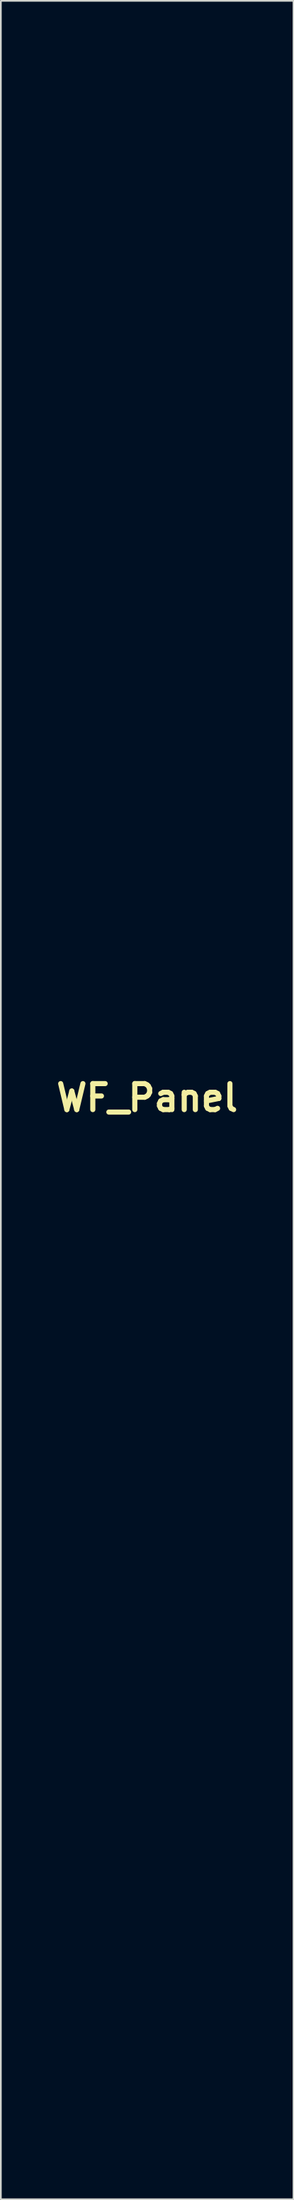
<source format=kicad_pcb>
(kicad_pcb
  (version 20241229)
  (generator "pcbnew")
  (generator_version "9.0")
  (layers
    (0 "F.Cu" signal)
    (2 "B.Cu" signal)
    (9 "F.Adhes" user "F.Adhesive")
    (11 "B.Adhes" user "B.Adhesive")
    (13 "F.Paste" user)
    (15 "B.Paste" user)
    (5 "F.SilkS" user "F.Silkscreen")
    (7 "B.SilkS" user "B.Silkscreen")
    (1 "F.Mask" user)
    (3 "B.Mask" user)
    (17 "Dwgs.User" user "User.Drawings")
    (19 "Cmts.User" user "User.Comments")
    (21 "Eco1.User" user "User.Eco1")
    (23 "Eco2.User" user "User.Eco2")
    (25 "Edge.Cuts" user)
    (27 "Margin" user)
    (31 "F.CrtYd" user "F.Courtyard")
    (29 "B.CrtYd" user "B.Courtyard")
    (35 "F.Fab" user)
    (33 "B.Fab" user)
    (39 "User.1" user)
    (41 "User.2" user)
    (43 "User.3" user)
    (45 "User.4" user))
  (footprint "WF_Panel"
    (layer "F.Cu")
    (at 5.595 61.354)
    (property "Reference" "WF_Panel" (at 0 0 0) (layer "F.SilkS") (effects (font (size 1.524 1.524) (thickness 0.3))))
    (attr board_only exclude_from_pos_files exclude_from_bom)
    (fp_poly (pts (xy -1.001 -13.136) (xy -1.388 -13.136) (xy -1.388 -14.814) (xy -1.001 -14.814)) (stroke (width 0) (type solid)) (fill yes) (layer "F.Mask"))
    (fp_poly (pts (xy 0.258 -23.593) (xy -0.194 -23.593) (xy -0.194 -38.439) (xy 0.258 -38.439)) (stroke (width 0) (type solid)) (fill yes) (layer "F.Mask"))
    (fp_poly (pts (xy 0.258 4.712) (xy -0.194 4.712) (xy -0.194 1.872) (xy 0.258 1.872)) (stroke (width 0) (type solid)) (fill yes) (layer "F.Mask"))
    (fp_poly (pts (xy 0.29 -60.902) (xy -4.906 -60.902) (xy -4.906 -61.354) (xy 0.29 -61.354)) (stroke (width 0) (type solid)) (fill yes) (layer "F.Mask"))
    (fp_poly (pts (xy 0.29 61.612) (xy -4.906 61.612) (xy -4.906 61.16) (xy 0.29 61.16)) (stroke (width 0) (type solid)) (fill yes) (layer "F.Mask"))
    (fp_poly (pts (xy 1.904 -39.698) (xy 3.163 -39.698) (xy 3.163 -39.375) (xy 1.517 -39.375) (xy 1.517 -41.053) (xy 1.904 -41.053)) (stroke (width 0) (type solid)) (fill yes) (layer "F.Mask"))
    (fp_poly (pts (xy 0.871 14.62) (xy 0.097 14.62) (xy 0.097 16.008) (xy -0.29 16.008) (xy -0.29 14.62) (xy -1.033 14.62) (xy -1.033 14.33) (xy 0.871 14.33)) (stroke (width 0) (type solid)) (fill yes) (layer "F.Mask"))
    (fp_poly (pts (xy 3.389 46.927) (xy 2.614 46.927) (xy 2.614 48.315) (xy 2.227 48.315) (xy 2.227 46.927) (xy 1.485 46.927) (xy 1.485 46.637) (xy 3.389 46.637)) (stroke (width 0) (type solid)) (fill yes) (layer "F.Mask"))
    (fp_poly (pts (xy 0.936 30.435) (xy -0.355 30.435) (xy -0.355 30.887) (xy 0.355 30.887) (xy 0.355 31.177) (xy -0.355 31.177) (xy -0.355 31.823) (xy -0.742 31.823) (xy -0.742 30.144) (xy 0.936 30.144)) (stroke (width 0) (type solid)) (fill yes) (layer "F.Mask"))
    (fp_poly (pts (xy 4.228 -56.9) (xy 1.872 -56.9) (xy 1.872 -56.093) (xy 3.131 -56.093) (xy 3.131 -55.544) (xy 1.872 -55.544) (xy 1.872 -54.415) (xy 1.194 -54.415) (xy 1.194 -57.416) (xy 4.228 -57.416)) (stroke (width 0) (type solid)) (fill yes) (layer "F.Mask"))
    (fp_poly (pts (xy 1.388 -13.136) (xy 1.251 -13.136) (xy 1.217 -13.136) (xy 1.188 -13.136) (xy 1.16 -13.141) (xy 1.127 -13.154) (xy 1.083 -13.18) (xy 1.025 -13.221) (xy 0.947 -13.283) (xy 0.843 -13.368) (xy 0.709 -13.48) (xy 0.539 -13.623) (xy 0.33 -13.802) (xy 0.141 -13.961) (xy -0.242 -14.287) (xy -0.222 -13.136) (xy -0.581 -13.136) (xy -0.581 -14.814) (xy -0.444 -14.813) (xy -0.4 -14.811) (xy -0.358 -14.801) (xy -0.309 -14.78) (xy -0.248 -14.743) (xy -0.168 -14.684) (xy -0.061 -14.6) (xy 0.077 -14.486) (xy 0.255 -14.336) (xy 0.355 -14.252) (xy 1.017 -13.692) (xy 1.025 -14.253) (xy 1.034 -14.814) (xy 1.388 -14.814)) (stroke (width 0) (type solid)) (fill yes) (layer "F.Mask"))
    (fp_poly (pts (xy 3.131 16.008) (xy 2.993 16.008) (xy 2.96 16.008) (xy 2.931 16.008) (xy 2.903 16.003) (xy 2.87 15.99) (xy 2.826 15.964) (xy 2.768 15.923) (xy 2.689 15.861) (xy 2.586 15.776) (xy 2.452 15.664) (xy 2.282 15.521) (xy 2.072 15.342) (xy 1.884 15.182) (xy 1.501 14.857) (xy 1.511 15.432) (xy 1.521 16.008) (xy 1.162 16.008) (xy 1.162 14.33) (xy 1.299 14.331) (xy 1.343 14.333) (xy 1.385 14.343) (xy 1.434 14.364) (xy 1.495 14.401) (xy 1.575 14.459) (xy 1.681 14.543) (xy 1.82 14.658) (xy 1.998 14.808) (xy 2.098 14.892) (xy 2.759 15.452) (xy 2.777 14.33) (xy 3.131 14.33)) (stroke (width 0) (type solid)) (fill yes) (layer "F.Mask"))
    (fp_poly (pts (xy -0.387 47.992) (xy 0.71 47.992) (xy 0.71 46.637) (xy 1.097 46.637) (xy 1.097 47.361) (xy 1.097 47.621) (xy 1.093 47.825) (xy 1.086 47.978) (xy 1.073 48.091) (xy 1.052 48.169) (xy 1.023 48.221) (xy 0.983 48.253) (xy 0.931 48.275) (xy 0.907 48.282) (xy 0.824 48.296) (xy 0.693 48.305) (xy 0.526 48.312) (xy 0.335 48.315) (xy 0.134 48.314) (xy -0.066 48.311) (xy -0.252 48.305) (xy -0.411 48.296) (xy -0.531 48.284) (xy -0.6 48.269) (xy -0.601 48.269) (xy -0.653 48.24) (xy -0.694 48.2) (xy -0.725 48.142) (xy -0.747 48.056) (xy -0.761 47.937) (xy -0.77 47.775) (xy -0.774 47.564) (xy -0.775 47.326) (xy -0.775 46.637) (xy -0.387 46.637)) (stroke (width 0) (type solid)) (fill yes) (layer "F.Mask"))
    (fp_poly (pts (xy -2.517 -40.5) (xy -2.42 -40.326) (xy -2.333 -40.17) (xy -2.259 -40.04) (xy -2.206 -39.947) (xy -2.177 -39.9) (xy -2.176 -39.899) (xy -2.158 -39.893) (xy -2.13 -39.916) (xy -2.088 -39.975) (xy -2.029 -40.074) (xy -1.948 -40.219) (xy -1.843 -40.415) (xy -1.824 -40.452) (xy -1.506 -41.053) (xy -1.317 -41.053) (xy -1.212 -41.052) (xy -1.159 -41.044) (xy -1.146 -41.025) (xy -1.162 -40.987) (xy -1.165 -40.98) (xy -1.19 -40.934) (xy -1.242 -40.838) (xy -1.315 -40.703) (xy -1.407 -40.535) (xy -1.511 -40.344) (xy -1.621 -40.141) (xy -2.04 -39.375) (xy -2.174 -39.375) (xy -2.308 -39.375) (xy -2.679 -40.026) (xy -2.792 -40.225) (xy -2.901 -40.416) (xy -3 -40.589) (xy -3.082 -40.733) (xy -3.14 -40.837) (xy -3.157 -40.865) (xy -3.263 -41.053) (xy -2.824 -41.053)) (stroke (width 0) (type solid)) (fill yes) (layer "F.Mask"))
    (fp_poly (pts (xy 0.872 -0.318) (xy 0.968 -0.144) (xy 1.056 0.012) (xy 1.13 0.142) (xy 1.183 0.235) (xy 1.212 0.281) (xy 1.213 0.283) (xy 1.231 0.289) (xy 1.259 0.265) (xy 1.301 0.207) (xy 1.36 0.108) (xy 1.441 -0.037) (xy 1.546 -0.233) (xy 1.565 -0.27) (xy 1.883 -0.871) (xy 2.072 -0.871) (xy 2.177 -0.87) (xy 2.23 -0.863) (xy 2.242 -0.843) (xy 2.227 -0.805) (xy 2.224 -0.799) (xy 2.199 -0.752) (xy 2.147 -0.656) (xy 2.073 -0.521) (xy 1.982 -0.353) (xy 1.878 -0.162) (xy 1.767 0.04) (xy 1.349 0.807) (xy 1.215 0.807) (xy 1.081 0.806) (xy 0.793 0.298) (xy 0.683 0.105) (xy 0.567 -0.095) (xy 0.457 -0.287) (xy 0.361 -0.45) (xy 0.317 -0.525) (xy 0.242 -0.652) (xy 0.182 -0.757) (xy 0.142 -0.829) (xy 0.129 -0.856) (xy 0.159 -0.864) (xy 0.236 -0.869) (xy 0.345 -0.871) (xy 0.347 -0.871) (xy 0.565 -0.871)) (stroke (width 0) (type solid)) (fill yes) (layer "F.Mask"))
    (fp_poly (pts (xy -1.924 14.337) (xy -1.733 14.346) (xy -1.271 15.153) (xy -1.153 15.36) (xy -1.046 15.55) (xy -0.954 15.714) (xy -0.881 15.845) (xy -0.831 15.937) (xy -0.809 15.981) (xy -0.808 15.984) (xy -0.837 15.996) (xy -0.913 16.005) (xy -1.016 16.008) (xy -1.226 16.008) (xy -1.323 15.814) (xy -1.421 15.621) (xy -2.484 15.621) (xy -2.582 15.814) (xy -2.68 16.008) (xy -2.857 16.008) (xy -2.954 16.005) (xy -3.018 15.997) (xy -3.034 15.99) (xy -3.019 15.958) (xy -2.976 15.878) (xy -2.909 15.755) (xy -2.823 15.597) (xy -2.72 15.412) (xy -2.664 15.312) (xy -2.291 15.312) (xy -2.261 15.319) (xy -2.18 15.325) (xy -2.059 15.329) (xy -1.934 15.33) (xy -1.577 15.33) (xy -1.749 15.008) (xy -1.819 14.879) (xy -1.879 14.775) (xy -1.922 14.707) (xy -1.942 14.685) (xy -1.963 14.711) (xy -2.007 14.781) (xy -2.065 14.879) (xy -2.129 14.992) (xy -2.191 15.106) (xy -2.244 15.207) (xy -2.28 15.281) (xy -2.291 15.312) (xy -2.664 15.312) (xy -2.606 15.207) (xy -2.574 15.15) (xy -2.114 14.328)) (stroke (width 0) (type solid)) (fill yes) (layer "F.Mask"))
    (fp_poly (pts (xy -1.691 30.148) (xy -1.516 30.154) (xy -1.385 30.165) (xy -1.29 30.184) (xy -1.224 30.212) (xy -1.181 30.25) (xy -1.152 30.299) (xy -1.132 30.36) (xy -1.118 30.447) (xy -1.108 30.582) (xy -1.102 30.75) (xy -1.1 30.937) (xy -1.101 31.127) (xy -1.107 31.308) (xy -1.116 31.463) (xy -1.129 31.579) (xy -1.139 31.629) (xy -1.163 31.684) (xy -1.197 31.728) (xy -1.247 31.761) (xy -1.323 31.785) (xy -1.43 31.801) (xy -1.577 31.811) (xy -1.77 31.816) (xy -2.018 31.818) (xy -2.146 31.818) (xy -2.363 31.816) (xy -2.562 31.813) (xy -2.733 31.809) (xy -2.866 31.804) (xy -2.949 31.798) (xy -2.969 31.794) (xy -3.042 31.748) (xy -3.105 31.664) (xy -3.107 31.66) (xy -3.128 31.614) (xy -3.142 31.558) (xy -3.15 31.5) (xy -2.776 31.5) (xy -1.485 31.5) (xy -1.485 30.435) (xy -2.776 30.435) (xy -2.776 31.5) (xy -3.15 31.5) (xy -3.152 31.483) (xy -3.157 31.378) (xy -3.159 31.234) (xy -3.157 31.041) (xy -3.156 30.928) (xy -3.154 30.708) (xy -3.151 30.534) (xy -3.141 30.401) (xy -3.116 30.304) (xy -3.069 30.236) (xy -2.994 30.193) (xy -2.884 30.168) (xy -2.731 30.157) (xy -2.53 30.153) (xy -2.273 30.151) (xy -2.198 30.15) (xy -1.915 30.148)) (stroke (width 0) (type solid)) (fill yes) (layer "F.Mask"))
    (fp_poly (pts (xy -1.691 46.64) (xy -1.516 46.646) (xy -1.385 46.657) (xy -1.29 46.676) (xy -1.224 46.704) (xy -1.181 46.742) (xy -1.152 46.792) (xy -1.132 46.852) (xy -1.118 46.939) (xy -1.108 47.074) (xy -1.102 47.242) (xy -1.1 47.429) (xy -1.101 47.62) (xy -1.107 47.8) (xy -1.116 47.956) (xy -1.129 48.071) (xy -1.139 48.121) (xy -1.163 48.176) (xy -1.197 48.22) (xy -1.247 48.253) (xy -1.323 48.277) (xy -1.43 48.293) (xy -1.577 48.303) (xy -1.77 48.308) (xy -2.018 48.31) (xy -2.146 48.31) (xy -2.363 48.308) (xy -2.562 48.306) (xy -2.733 48.301) (xy -2.866 48.296) (xy -2.949 48.29) (xy -2.969 48.287) (xy -3.042 48.241) (xy -3.105 48.156) (xy -3.107 48.153) (xy -3.128 48.106) (xy -3.142 48.05) (xy -3.15 47.992) (xy -2.776 47.992) (xy -1.485 47.992) (xy -1.485 46.927) (xy -2.776 46.927) (xy -2.776 47.992) (xy -3.15 47.992) (xy -3.152 47.975) (xy -3.157 47.871) (xy -3.159 47.727) (xy -3.157 47.533) (xy -3.156 47.42) (xy -3.154 47.2) (xy -3.151 47.026) (xy -3.141 46.894) (xy -3.116 46.796) (xy -3.069 46.729) (xy -2.994 46.685) (xy -2.884 46.661) (xy -2.731 46.649) (xy -2.53 46.645) (xy -2.273 46.643) (xy -2.198 46.643) (xy -1.915 46.64)) (stroke (width 0) (type solid)) (fill yes) (layer "F.Mask"))
    (fp_poly (pts (xy 0.569 -41.049) (xy 0.743 -41.044) (xy 0.874 -41.033) (xy 0.969 -41.014) (xy 1.035 -40.986) (xy 1.078 -40.948) (xy 1.107 -40.898) (xy 1.127 -40.838) (xy 1.141 -40.751) (xy 1.151 -40.616) (xy 1.157 -40.448) (xy 1.16 -40.261) (xy 1.158 -40.07) (xy 1.152 -39.89) (xy 1.143 -39.734) (xy 1.131 -39.618) (xy 1.12 -39.568) (xy 1.096 -39.513) (xy 1.063 -39.47) (xy 1.012 -39.437) (xy 0.936 -39.413) (xy 0.829 -39.397) (xy 0.682 -39.386) (xy 0.489 -39.381) (xy 0.242 -39.38) (xy 0.113 -39.38) (xy -0.104 -39.381) (xy -0.303 -39.384) (xy -0.474 -39.388) (xy -0.606 -39.394) (xy -0.69 -39.4) (xy -0.71 -39.403) (xy -0.783 -39.449) (xy -0.846 -39.533) (xy -0.848 -39.537) (xy -0.868 -39.584) (xy -0.883 -39.64) (xy -0.89 -39.698) (xy -0.516 -39.698) (xy 0.775 -39.698) (xy 0.775 -40.763) (xy -0.516 -40.763) (xy -0.516 -39.698) (xy -0.89 -39.698) (xy -0.893 -39.715) (xy -0.898 -39.819) (xy -0.899 -39.963) (xy -0.898 -40.157) (xy -0.897 -40.27) (xy -0.895 -40.49) (xy -0.892 -40.663) (xy -0.882 -40.796) (xy -0.856 -40.893) (xy -0.81 -40.961) (xy -0.735 -41.004) (xy -0.624 -41.029) (xy -0.472 -41.04) (xy -0.271 -41.044) (xy -0.014 -41.046) (xy 0.062 -41.047) (xy 0.344 -41.05)) (stroke (width 0) (type solid)) (fill yes) (layer "F.Mask"))
    (fp_poly (pts (xy -0.738 -0.868) (xy -0.567 -0.866) (xy -0.435 -0.861) (xy -0.362 -0.856) (xy -0.24 -0.828) (xy -0.158 -0.776) (xy -0.108 -0.686) (xy -0.079 -0.547) (xy -0.074 -0.504) (xy -0.066 -0.41) (xy -0.074 -0.35) (xy -0.11 -0.317) (xy -0.185 -0.298) (xy -0.31 -0.284) (xy -0.331 -0.282) (xy -0.452 -0.271) (xy -0.452 -0.581) (xy -1.517 -0.581) (xy -1.517 0.484) (xy -0.452 0.484) (xy -0.452 0.139) (xy -0.291 0.164) (xy -0.17 0.186) (xy -0.101 0.215) (xy -0.071 0.265) (xy -0.068 0.351) (xy -0.074 0.425) (xy -0.099 0.586) (xy -0.146 0.694) (xy -0.221 0.758) (xy -0.312 0.786) (xy -0.39 0.793) (xy -0.517 0.798) (xy -0.678 0.802) (xy -0.862 0.803) (xy -1.055 0.803) (xy -1.245 0.801) (xy -1.419 0.797) (xy -1.564 0.792) (xy -1.667 0.785) (xy -1.711 0.779) (xy -1.783 0.733) (xy -1.847 0.648) (xy -1.849 0.645) (xy -1.869 0.598) (xy -1.883 0.542) (xy -1.893 0.467) (xy -1.898 0.363) (xy -1.9 0.219) (xy -1.899 0.025) (xy -1.897 -0.088) (xy -1.894 -0.329) (xy -1.889 -0.514) (xy -1.874 -0.65) (xy -1.842 -0.744) (xy -1.785 -0.805) (xy -1.695 -0.84) (xy -1.566 -0.856) (xy -1.388 -0.862) (xy -1.156 -0.866) (xy -1.137 -0.866) (xy -0.932 -0.868)) (stroke (width 0) (type solid)) (fill yes) (layer "F.Mask"))
    (fp_poly (pts (xy 2.406 30.149) (xy 2.578 30.155) (xy 2.717 30.164) (xy 2.807 30.176) (xy 2.816 30.178) (xy 2.92 30.225) (xy 2.981 30.303) (xy 3.008 30.426) (xy 3.009 30.438) (xy 3.011 30.5) (xy 2.992 30.537) (xy 2.939 30.561) (xy 2.848 30.583) (xy 2.679 30.622) (xy 2.679 30.435) (xy 1.581 30.435) (xy 1.581 30.817) (xy 2.226 30.828) (xy 2.471 30.832) (xy 2.659 30.839) (xy 2.798 30.852) (xy 2.896 30.878) (xy 2.959 30.919) (xy 2.997 30.981) (xy 3.016 31.068) (xy 3.024 31.185) (xy 3.029 31.302) (xy 3.033 31.449) (xy 3.031 31.548) (xy 3.02 31.614) (xy 2.998 31.662) (xy 2.962 31.709) (xy 2.959 31.713) (xy 2.878 31.806) (xy 2.173 31.813) (xy 1.96 31.813) (xy 1.764 31.811) (xy 1.595 31.807) (xy 1.464 31.8) (xy 1.383 31.792) (xy 1.369 31.789) (xy 1.29 31.742) (xy 1.231 31.665) (xy 1.196 31.575) (xy 1.19 31.487) (xy 1.216 31.419) (xy 1.267 31.39) (xy 1.356 31.371) (xy 1.428 31.356) (xy 1.492 31.35) (xy 1.515 31.379) (xy 1.517 31.419) (xy 1.517 31.5) (xy 2.679 31.5) (xy 2.679 31.145) (xy 2.122 31.145) (xy 1.867 31.142) (xy 1.669 31.134) (xy 1.521 31.12) (xy 1.414 31.097) (xy 1.342 31.066) (xy 1.297 31.024) (xy 1.286 31.006) (xy 1.268 30.941) (xy 1.255 30.83) (xy 1.248 30.692) (xy 1.247 30.645) (xy 1.252 30.468) (xy 1.27 30.344) (xy 1.305 30.262) (xy 1.363 30.21) (xy 1.445 30.178) (xy 1.526 30.166) (xy 1.657 30.156) (xy 1.825 30.149) (xy 2.016 30.146) (xy 2.214 30.146)) (stroke (width 0) (type solid)) (fill yes) (layer "F.Mask"))
    (fp_poly (pts (xy 0.237 -56.295) (xy 0.132 -56.021) (xy 0.027 -55.75) (xy -0.073 -55.491) (xy -0.165 -55.255) (xy -0.244 -55.051) (xy -0.306 -54.889) (xy -0.343 -54.794) (xy -0.49 -54.415) (xy -0.964 -54.415) (xy -1.373 -55.449) (xy -1.469 -55.691) (xy -1.557 -55.913) (xy -1.636 -56.107) (xy -1.701 -56.266) (xy -1.75 -56.385) (xy -1.78 -56.456) (xy -1.789 -56.474) (xy -1.803 -56.443) (xy -1.837 -56.359) (xy -1.89 -56.229) (xy -1.959 -56.059) (xy -2.041 -55.858) (xy -2.132 -55.632) (xy -2.21 -55.439) (xy -2.623 -54.415) (xy -2.859 -54.415) (xy -2.976 -54.418) (xy -3.065 -54.427) (xy -3.11 -54.44) (xy -3.111 -54.442) (xy -3.126 -54.476) (xy -3.16 -54.563) (xy -3.212 -54.696) (xy -3.279 -54.867) (xy -3.358 -55.07) (xy -3.446 -55.296) (xy -3.54 -55.54) (xy -3.638 -55.793) (xy -3.737 -56.049) (xy -3.833 -56.299) (xy -3.925 -56.538) (xy -4.009 -56.757) (xy -4.083 -56.95) (xy -4.144 -57.109) (xy -4.188 -57.227) (xy -4.214 -57.295) (xy -4.257 -57.416) (xy -3.534 -57.416) (xy -3.165 -56.432) (xy -3.075 -56.194) (xy -2.993 -55.978) (xy -2.919 -55.789) (xy -2.858 -55.635) (xy -2.813 -55.523) (xy -2.785 -55.459) (xy -2.778 -55.448) (xy -2.762 -55.477) (xy -2.726 -55.559) (xy -2.672 -55.687) (xy -2.603 -55.854) (xy -2.523 -56.053) (xy -2.433 -56.277) (xy -2.372 -56.432) (xy -1.985 -57.416) (xy -1.739 -57.416) (xy -1.493 -57.416) (xy -1.097 -56.433) (xy -1.001 -56.198) (xy -0.912 -55.983) (xy -0.834 -55.797) (xy -0.768 -55.645) (xy -0.718 -55.535) (xy -0.687 -55.474) (xy -0.678 -55.463) (xy -0.662 -55.496) (xy -0.627 -55.582) (xy -0.576 -55.714) (xy -0.512 -55.885) (xy -0.437 -56.088) (xy -0.355 -56.314) (xy -0.307 -56.447) (xy 0.042 -57.416) (xy 0.67 -57.416)) (stroke (width 0) (type solid)) (fill yes) (layer "F.Mask")))
  (gr_rect
    (start -3 -3)
    (end 14.191 125.966)
    (stroke (width 0.1) (type default))
    (fill no)
    (layer "Edge.Cuts")))
</source>
